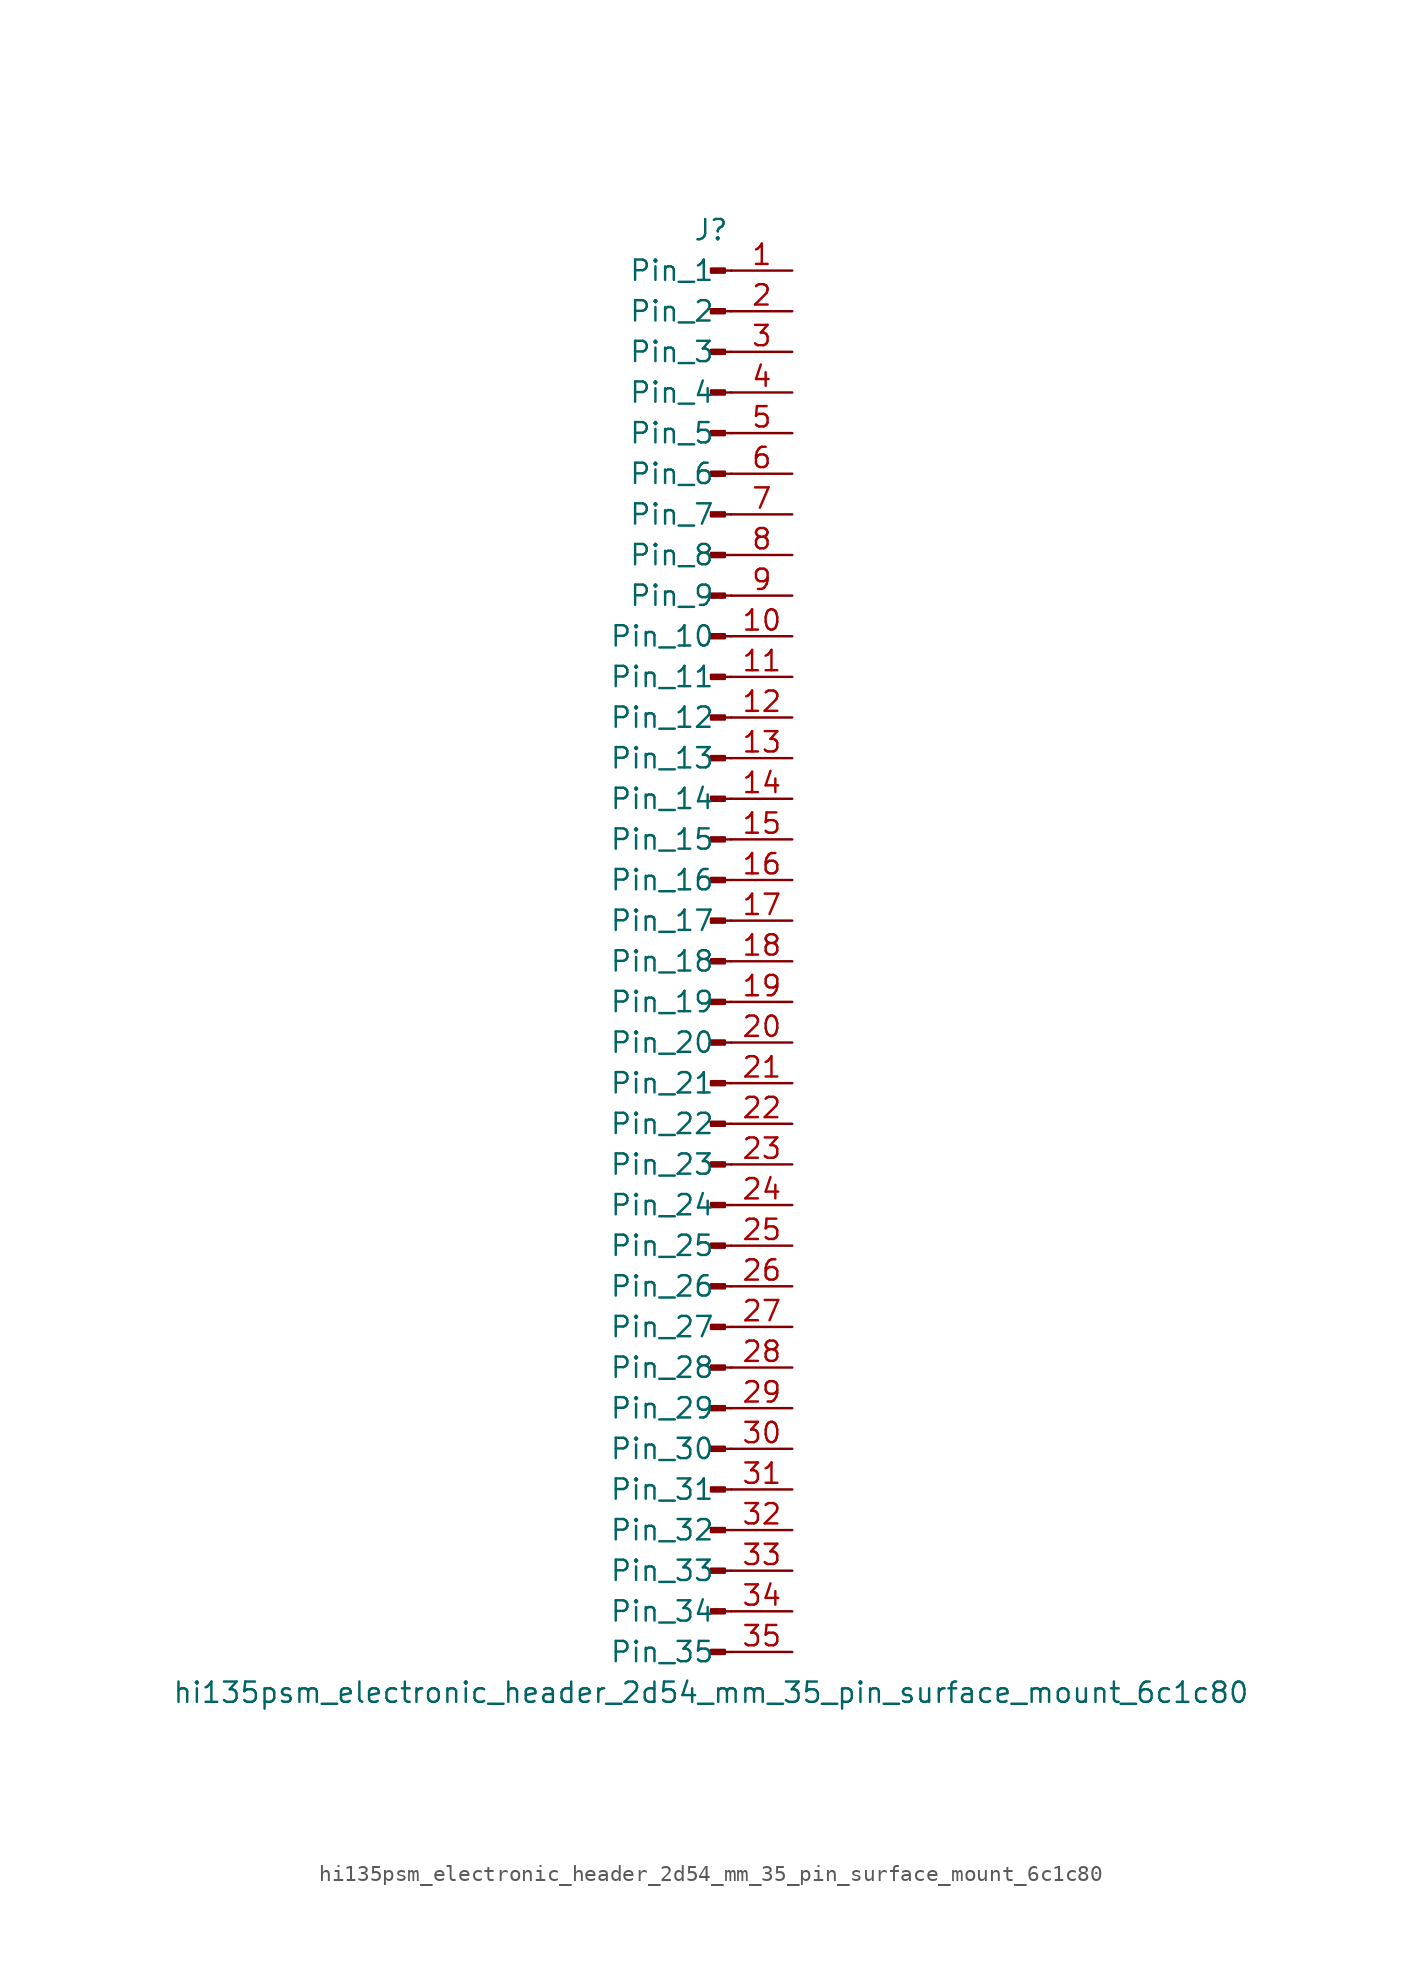
<source format=kicad_sym>
(kicad_symbol_lib
  (version 20220914)
  (generator kicad_symbol_editor)
  (symbol "hi135psm_electronic_header_2d54_mm_35_pin_surface_mount_6c1c80"
    (pin_names
      (offset 1.016))
    (property "Reference" "J"
      (at 0 45.72 0)
      (effects (font (size 1.27 1.27))))
    (property "Value" "hi135psm_electronic_header_2d54_mm_35_pin_surface_mount_6c1c80"
      (at 0 -45.72 0)
      (effects (font (size 1.27 1.27))))
    (property "ki_locked" ""
      (at 0 0 0)
      (effects (font (size 1.27 1.27))))
    (symbol "hi135psm_electronic_header_2d54_mm_35_pin_surface_mount_6c1c80_1_1"
      (polyline (pts (xy 1.27 -43.18) (xy 0.864 -43.18)) (stroke (width 0.152) (type default)) (fill (type none)))
      (polyline (pts (xy 1.27 -40.64) (xy 0.864 -40.64)) (stroke (width 0.152) (type default)) (fill (type none)))
      (polyline (pts (xy 1.27 -38.1) (xy 0.864 -38.1)) (stroke (width 0.152) (type default)) (fill (type none)))
      (polyline (pts (xy 1.27 -35.56) (xy 0.864 -35.56)) (stroke (width 0.152) (type default)) (fill (type none)))
      (polyline (pts (xy 1.27 -33.02) (xy 0.864 -33.02)) (stroke (width 0.152) (type default)) (fill (type none)))
      (polyline (pts (xy 1.27 -30.48) (xy 0.864 -30.48)) (stroke (width 0.152) (type default)) (fill (type none)))
      (polyline (pts (xy 1.27 -27.94) (xy 0.864 -27.94)) (stroke (width 0.152) (type default)) (fill (type none)))
      (polyline (pts (xy 1.27 -25.4) (xy 0.864 -25.4)) (stroke (width 0.152) (type default)) (fill (type none)))
      (polyline (pts (xy 1.27 -22.86) (xy 0.864 -22.86)) (stroke (width 0.152) (type default)) (fill (type none)))
      (polyline (pts (xy 1.27 -20.32) (xy 0.864 -20.32)) (stroke (width 0.152) (type default)) (fill (type none)))
      (polyline (pts (xy 1.27 -17.78) (xy 0.864 -17.78)) (stroke (width 0.152) (type default)) (fill (type none)))
      (polyline (pts (xy 1.27 -15.24) (xy 0.864 -15.24)) (stroke (width 0.152) (type default)) (fill (type none)))
      (polyline (pts (xy 1.27 -12.7) (xy 0.864 -12.7)) (stroke (width 0.152) (type default)) (fill (type none)))
      (polyline (pts (xy 1.27 -10.16) (xy 0.864 -10.16)) (stroke (width 0.152) (type default)) (fill (type none)))
      (polyline (pts (xy 1.27 -7.62) (xy 0.864 -7.62)) (stroke (width 0.152) (type default)) (fill (type none)))
      (polyline (pts (xy 1.27 -5.08) (xy 0.864 -5.08)) (stroke (width 0.152) (type default)) (fill (type none)))
      (polyline (pts (xy 1.27 -2.54) (xy 0.864 -2.54)) (stroke (width 0.152) (type default)) (fill (type none)))
      (polyline (pts (xy 1.27 0) (xy 0.864 0)) (stroke (width 0.152) (type default)) (fill (type none)))
      (polyline (pts (xy 1.27 2.54) (xy 0.864 2.54)) (stroke (width 0.152) (type default)) (fill (type none)))
      (polyline (pts (xy 1.27 5.08) (xy 0.864 5.08)) (stroke (width 0.152) (type default)) (fill (type none)))
      (polyline (pts (xy 1.27 7.62) (xy 0.864 7.62)) (stroke (width 0.152) (type default)) (fill (type none)))
      (polyline (pts (xy 1.27 10.16) (xy 0.864 10.16)) (stroke (width 0.152) (type default)) (fill (type none)))
      (polyline (pts (xy 1.27 12.7) (xy 0.864 12.7)) (stroke (width 0.152) (type default)) (fill (type none)))
      (polyline (pts (xy 1.27 15.24) (xy 0.864 15.24)) (stroke (width 0.152) (type default)) (fill (type none)))
      (polyline (pts (xy 1.27 17.78) (xy 0.864 17.78)) (stroke (width 0.152) (type default)) (fill (type none)))
      (polyline (pts (xy 1.27 20.32) (xy 0.864 20.32)) (stroke (width 0.152) (type default)) (fill (type none)))
      (polyline (pts (xy 1.27 22.86) (xy 0.864 22.86)) (stroke (width 0.152) (type default)) (fill (type none)))
      (polyline (pts (xy 1.27 25.4) (xy 0.864 25.4)) (stroke (width 0.152) (type default)) (fill (type none)))
      (polyline (pts (xy 1.27 27.94) (xy 0.864 27.94)) (stroke (width 0.152) (type default)) (fill (type none)))
      (polyline (pts (xy 1.27 30.48) (xy 0.864 30.48)) (stroke (width 0.152) (type default)) (fill (type none)))
      (polyline (pts (xy 1.27 33.02) (xy 0.864 33.02)) (stroke (width 0.152) (type default)) (fill (type none)))
      (polyline (pts (xy 1.27 35.56) (xy 0.864 35.56)) (stroke (width 0.152) (type default)) (fill (type none)))
      (polyline (pts (xy 1.27 38.1) (xy 0.864 38.1)) (stroke (width 0.152) (type default)) (fill (type none)))
      (polyline (pts (xy 1.27 40.64) (xy 0.864 40.64)) (stroke (width 0.152) (type default)) (fill (type none)))
      (polyline (pts (xy 1.27 43.18) (xy 0.864 43.18)) (stroke (width 0.152) (type default)) (fill (type none)))
      (rectangle (start 0.864 -43.053) (end 0 -43.307) (stroke (width 0.152) (type default)) (fill (type outline)))
      (rectangle (start 0.864 -40.513) (end 0 -40.767) (stroke (width 0.152) (type default)) (fill (type outline)))
      (rectangle (start 0.864 -37.973) (end 0 -38.227) (stroke (width 0.152) (type default)) (fill (type outline)))
      (rectangle (start 0.864 -35.433) (end 0 -35.687) (stroke (width 0.152) (type default)) (fill (type outline)))
      (rectangle (start 0.864 -32.893) (end 0 -33.147) (stroke (width 0.152) (type default)) (fill (type outline)))
      (rectangle (start 0.864 -30.353) (end 0 -30.607) (stroke (width 0.152) (type default)) (fill (type outline)))
      (rectangle (start 0.864 -27.813) (end 0 -28.067) (stroke (width 0.152) (type default)) (fill (type outline)))
      (rectangle (start 0.864 -25.273) (end 0 -25.527) (stroke (width 0.152) (type default)) (fill (type outline)))
      (rectangle (start 0.864 -22.733) (end 0 -22.987) (stroke (width 0.152) (type default)) (fill (type outline)))
      (rectangle (start 0.864 -20.193) (end 0 -20.447) (stroke (width 0.152) (type default)) (fill (type outline)))
      (rectangle (start 0.864 -17.653) (end 0 -17.907) (stroke (width 0.152) (type default)) (fill (type outline)))
      (rectangle (start 0.864 -15.113) (end 0 -15.367) (stroke (width 0.152) (type default)) (fill (type outline)))
      (rectangle (start 0.864 -12.573) (end 0 -12.827) (stroke (width 0.152) (type default)) (fill (type outline)))
      (rectangle (start 0.864 -10.033) (end 0 -10.287) (stroke (width 0.152) (type default)) (fill (type outline)))
      (rectangle (start 0.864 -7.493) (end 0 -7.747) (stroke (width 0.152) (type default)) (fill (type outline)))
      (rectangle (start 0.864 -4.953) (end 0 -5.207) (stroke (width 0.152) (type default)) (fill (type outline)))
      (rectangle (start 0.864 -2.413) (end 0 -2.667) (stroke (width 0.152) (type default)) (fill (type outline)))
      (rectangle (start 0.864 0.127) (end 0 -0.127) (stroke (width 0.152) (type default)) (fill (type outline)))
      (rectangle (start 0.864 2.667) (end 0 2.413) (stroke (width 0.152) (type default)) (fill (type outline)))
      (rectangle (start 0.864 5.207) (end 0 4.953) (stroke (width 0.152) (type default)) (fill (type outline)))
      (rectangle (start 0.864 7.747) (end 0 7.493) (stroke (width 0.152) (type default)) (fill (type outline)))
      (rectangle (start 0.864 10.287) (end 0 10.033) (stroke (width 0.152) (type default)) (fill (type outline)))
      (rectangle (start 0.864 12.827) (end 0 12.573) (stroke (width 0.152) (type default)) (fill (type outline)))
      (rectangle (start 0.864 15.367) (end 0 15.113) (stroke (width 0.152) (type default)) (fill (type outline)))
      (rectangle (start 0.864 17.907) (end 0 17.653) (stroke (width 0.152) (type default)) (fill (type outline)))
      (rectangle (start 0.864 20.447) (end 0 20.193) (stroke (width 0.152) (type default)) (fill (type outline)))
      (rectangle (start 0.864 22.987) (end 0 22.733) (stroke (width 0.152) (type default)) (fill (type outline)))
      (rectangle (start 0.864 25.527) (end 0 25.273) (stroke (width 0.152) (type default)) (fill (type outline)))
      (rectangle (start 0.864 28.067) (end 0 27.813) (stroke (width 0.152) (type default)) (fill (type outline)))
      (rectangle (start 0.864 30.607) (end 0 30.353) (stroke (width 0.152) (type default)) (fill (type outline)))
      (rectangle (start 0.864 33.147) (end 0 32.893) (stroke (width 0.152) (type default)) (fill (type outline)))
      (rectangle (start 0.864 35.687) (end 0 35.433) (stroke (width 0.152) (type default)) (fill (type outline)))
      (rectangle (start 0.864 38.227) (end 0 37.973) (stroke (width 0.152) (type default)) (fill (type outline)))
      (rectangle (start 0.864 40.767) (end 0 40.513) (stroke (width 0.152) (type default)) (fill (type outline)))
      (rectangle (start 0.864 43.307) (end 0 43.053) (stroke (width 0.152) (type default)) (fill (type outline)))
      (pin passive line (at 5.08 43.18 180) (length 3.81) (name "Pin_1" (effects (font (size 1.27 1.27)))) (number "1" (effects (font (size 1.27 1.27)))))
      (pin passive line (at 5.08 20.32 180) (length 3.81) (name "Pin_10" (effects (font (size 1.27 1.27)))) (number "10" (effects (font (size 1.27 1.27)))))
      (pin passive line (at 5.08 17.78 180) (length 3.81) (name "Pin_11" (effects (font (size 1.27 1.27)))) (number "11" (effects (font (size 1.27 1.27)))))
      (pin passive line (at 5.08 15.24 180) (length 3.81) (name "Pin_12" (effects (font (size 1.27 1.27)))) (number "12" (effects (font (size 1.27 1.27)))))
      (pin passive line (at 5.08 12.7 180) (length 3.81) (name "Pin_13" (effects (font (size 1.27 1.27)))) (number "13" (effects (font (size 1.27 1.27)))))
      (pin passive line (at 5.08 10.16 180) (length 3.81) (name "Pin_14" (effects (font (size 1.27 1.27)))) (number "14" (effects (font (size 1.27 1.27)))))
      (pin passive line (at 5.08 7.62 180) (length 3.81) (name "Pin_15" (effects (font (size 1.27 1.27)))) (number "15" (effects (font (size 1.27 1.27)))))
      (pin passive line (at 5.08 5.08 180) (length 3.81) (name "Pin_16" (effects (font (size 1.27 1.27)))) (number "16" (effects (font (size 1.27 1.27)))))
      (pin passive line (at 5.08 2.54 180) (length 3.81) (name "Pin_17" (effects (font (size 1.27 1.27)))) (number "17" (effects (font (size 1.27 1.27)))))
      (pin passive line (at 5.08 0 180) (length 3.81) (name "Pin_18" (effects (font (size 1.27 1.27)))) (number "18" (effects (font (size 1.27 1.27)))))
      (pin passive line (at 5.08 -2.54 180) (length 3.81) (name "Pin_19" (effects (font (size 1.27 1.27)))) (number "19" (effects (font (size 1.27 1.27)))))
      (pin passive line (at 5.08 40.64 180) (length 3.81) (name "Pin_2" (effects (font (size 1.27 1.27)))) (number "2" (effects (font (size 1.27 1.27)))))
      (pin passive line (at 5.08 -5.08 180) (length 3.81) (name "Pin_20" (effects (font (size 1.27 1.27)))) (number "20" (effects (font (size 1.27 1.27)))))
      (pin passive line (at 5.08 -7.62 180) (length 3.81) (name "Pin_21" (effects (font (size 1.27 1.27)))) (number "21" (effects (font (size 1.27 1.27)))))
      (pin passive line (at 5.08 -10.16 180) (length 3.81) (name "Pin_22" (effects (font (size 1.27 1.27)))) (number "22" (effects (font (size 1.27 1.27)))))
      (pin passive line (at 5.08 -12.7 180) (length 3.81) (name "Pin_23" (effects (font (size 1.27 1.27)))) (number "23" (effects (font (size 1.27 1.27)))))
      (pin passive line (at 5.08 -15.24 180) (length 3.81) (name "Pin_24" (effects (font (size 1.27 1.27)))) (number "24" (effects (font (size 1.27 1.27)))))
      (pin passive line (at 5.08 -17.78 180) (length 3.81) (name "Pin_25" (effects (font (size 1.27 1.27)))) (number "25" (effects (font (size 1.27 1.27)))))
      (pin passive line (at 5.08 -20.32 180) (length 3.81) (name "Pin_26" (effects (font (size 1.27 1.27)))) (number "26" (effects (font (size 1.27 1.27)))))
      (pin passive line (at 5.08 -22.86 180) (length 3.81) (name "Pin_27" (effects (font (size 1.27 1.27)))) (number "27" (effects (font (size 1.27 1.27)))))
      (pin passive line (at 5.08 -25.4 180) (length 3.81) (name "Pin_28" (effects (font (size 1.27 1.27)))) (number "28" (effects (font (size 1.27 1.27)))))
      (pin passive line (at 5.08 -27.94 180) (length 3.81) (name "Pin_29" (effects (font (size 1.27 1.27)))) (number "29" (effects (font (size 1.27 1.27)))))
      (pin passive line (at 5.08 38.1 180) (length 3.81) (name "Pin_3" (effects (font (size 1.27 1.27)))) (number "3" (effects (font (size 1.27 1.27)))))
      (pin passive line (at 5.08 -30.48 180) (length 3.81) (name "Pin_30" (effects (font (size 1.27 1.27)))) (number "30" (effects (font (size 1.27 1.27)))))
      (pin passive line (at 5.08 -33.02 180) (length 3.81) (name "Pin_31" (effects (font (size 1.27 1.27)))) (number "31" (effects (font (size 1.27 1.27)))))
      (pin passive line (at 5.08 -35.56 180) (length 3.81) (name "Pin_32" (effects (font (size 1.27 1.27)))) (number "32" (effects (font (size 1.27 1.27)))))
      (pin passive line (at 5.08 -38.1 180) (length 3.81) (name "Pin_33" (effects (font (size 1.27 1.27)))) (number "33" (effects (font (size 1.27 1.27)))))
      (pin passive line (at 5.08 -40.64 180) (length 3.81) (name "Pin_34" (effects (font (size 1.27 1.27)))) (number "34" (effects (font (size 1.27 1.27)))))
      (pin passive line (at 5.08 -43.18 180) (length 3.81) (name "Pin_35" (effects (font (size 1.27 1.27)))) (number "35" (effects (font (size 1.27 1.27)))))
      (pin passive line (at 5.08 35.56 180) (length 3.81) (name "Pin_4" (effects (font (size 1.27 1.27)))) (number "4" (effects (font (size 1.27 1.27)))))
      (pin passive line (at 5.08 33.02 180) (length 3.81) (name "Pin_5" (effects (font (size 1.27 1.27)))) (number "5" (effects (font (size 1.27 1.27)))))
      (pin passive line (at 5.08 30.48 180) (length 3.81) (name "Pin_6" (effects (font (size 1.27 1.27)))) (number "6" (effects (font (size 1.27 1.27)))))
      (pin passive line (at 5.08 27.94 180) (length 3.81) (name "Pin_7" (effects (font (size 1.27 1.27)))) (number "7" (effects (font (size 1.27 1.27)))))
      (pin passive line (at 5.08 25.4 180) (length 3.81) (name "Pin_8" (effects (font (size 1.27 1.27)))) (number "8" (effects (font (size 1.27 1.27)))))
      (pin passive line (at 5.08 22.86 180) (length 3.81) (name "Pin_9" (effects (font (size 1.27 1.27)))) (number "9" (effects (font (size 1.27 1.27))))))))
</source>
